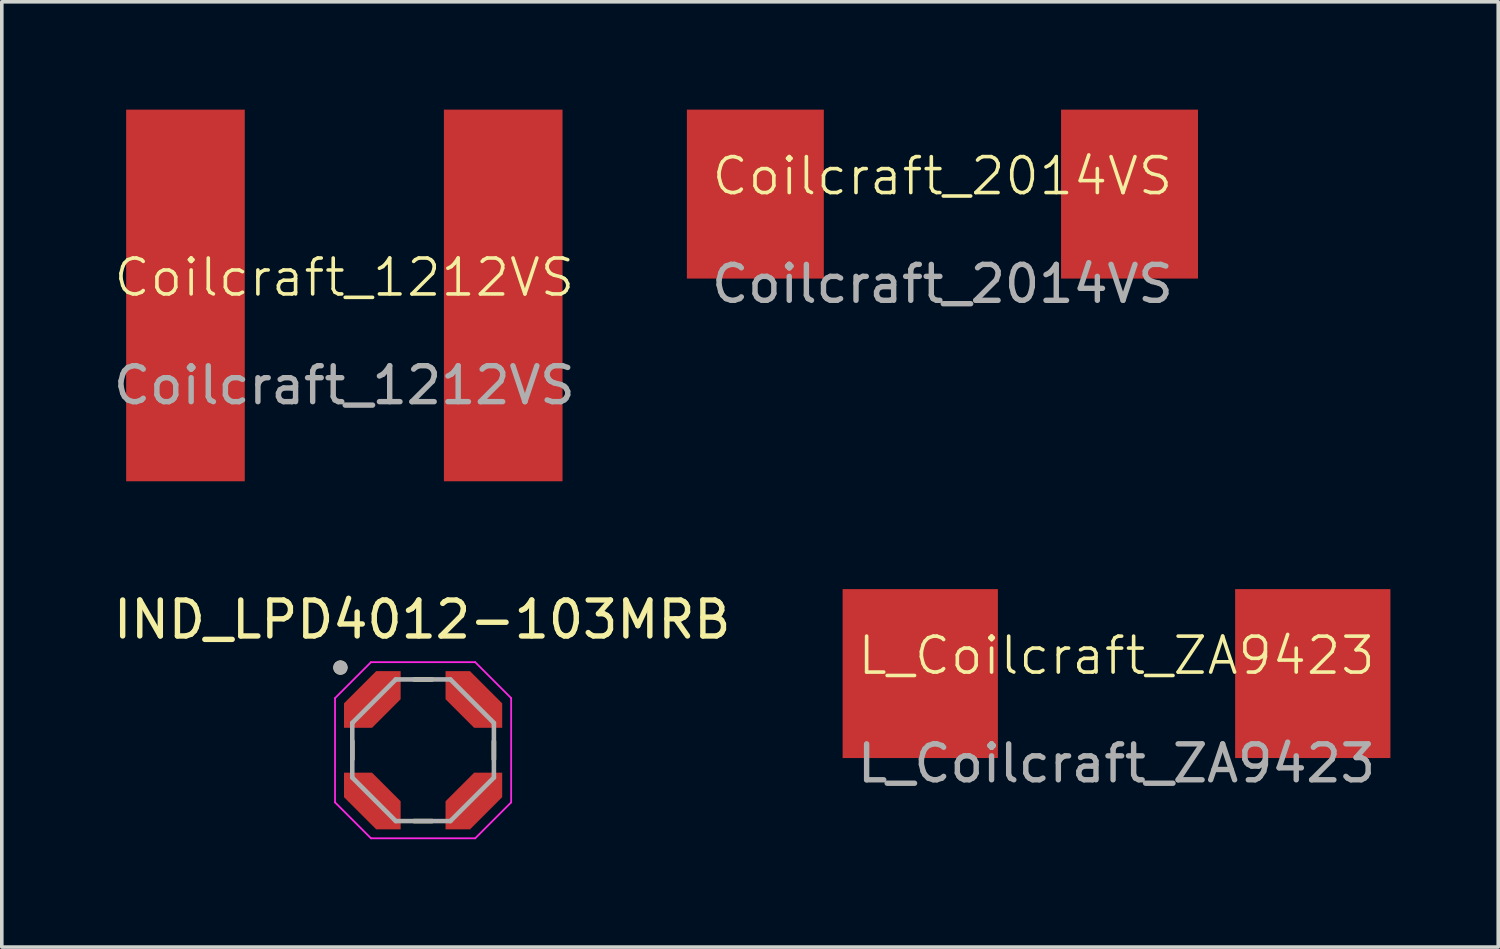
<source format=kicad_pcb>
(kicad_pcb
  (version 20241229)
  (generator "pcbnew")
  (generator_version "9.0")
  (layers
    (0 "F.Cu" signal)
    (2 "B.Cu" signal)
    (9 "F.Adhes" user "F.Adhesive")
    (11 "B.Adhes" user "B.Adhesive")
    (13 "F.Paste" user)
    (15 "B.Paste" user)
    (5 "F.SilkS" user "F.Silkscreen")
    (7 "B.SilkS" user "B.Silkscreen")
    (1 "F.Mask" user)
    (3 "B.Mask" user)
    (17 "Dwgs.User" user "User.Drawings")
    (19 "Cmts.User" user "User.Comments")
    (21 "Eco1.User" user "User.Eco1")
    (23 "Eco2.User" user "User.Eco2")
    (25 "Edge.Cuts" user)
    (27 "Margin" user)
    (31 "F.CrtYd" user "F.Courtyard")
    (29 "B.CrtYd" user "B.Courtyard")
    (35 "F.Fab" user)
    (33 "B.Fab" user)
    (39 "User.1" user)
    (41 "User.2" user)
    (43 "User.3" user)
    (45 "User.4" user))
  (footprint "IND_LPD4012-103MRB"
    (layer "F.Cu")
    (at 8.721 17.823)
    (property "Reference" "IND_LPD4012-103MRB" (at -0.025 -3.635 0) (layer "F.SilkS") (effects (font (size 1 1) (thickness 0.15))))
    (attr through_hole)
    (fp_poly (pts (xy -2.3 1.405) (xy -2.3 0.525) (xy -1.32 0.525) (xy -0.525 1.32) (xy -0.525 2.3) (xy -1.405 2.3) (xy -1.4 2.3)) (stroke (width 0.001) (type solid)) (fill yes) (layer "F.Mask"))
    (fp_poly (pts (xy -1.405 -2.3) (xy -0.525 -2.3) (xy -0.525 -1.32) (xy -1.32 -0.525) (xy -2.3 -0.525) (xy -2.3 -1.405) (xy -2.3 -1.4)) (stroke (width 0.001) (type solid)) (fill yes) (layer "F.Mask"))
    (fp_poly (pts (xy 1.405 2.3) (xy 0.525 2.3) (xy 0.525 1.32) (xy 1.32 0.525) (xy 2.3 0.525) (xy 2.3 1.405) (xy 2.3 1.4)) (stroke (width 0.001) (type solid)) (fill yes) (layer "F.Mask"))
    (fp_poly (pts (xy 2.3 -1.405) (xy 2.3 -0.525) (xy 1.32 -0.525) (xy 0.525 -1.32) (xy 0.525 -2.3) (xy 1.405 -2.3) (xy 1.4 -2.3)) (stroke (width 0.001) (type solid)) (fill yes) (layer "F.Mask"))
    (fp_line (start -1.97 -0.25) (end -1.97 0.25) (stroke (width 0.127) (type solid)) (layer "F.SilkS"))
    (fp_line (start -0.25 -1.97) (end 0.25 -1.97) (stroke (width 0.127) (type solid)) (layer "F.SilkS"))
    (fp_line (start -0.25 1.97) (end 0.25 1.97) (stroke (width 0.127) (type solid)) (layer "F.SilkS"))
    (fp_line (start 1.97 -0.25) (end 1.97 0.25) (stroke (width 0.127) (type solid)) (layer "F.SilkS"))
    (fp_circle (center -2.3 -2.3) (end -2.2 -2.3) (stroke (width 0.2) (type solid)) (fill no) (layer "F.SilkS"))
    (fp_poly (pts (xy -2.2 1.305) (xy -2.2 0.625) (xy -1.42 0.625) (xy -0.625 1.42) (xy -0.625 2.2) (xy -1.305 2.2)) (stroke (width 0.001) (type solid)) (fill yes) (layer "F.Paste"))
    (fp_poly (pts (xy -1.305 -2.2) (xy -0.625 -2.2) (xy -0.625 -1.42) (xy -1.42 -0.625) (xy -2.2 -0.625) (xy -2.2 -1.305)) (stroke (width 0.001) (type solid)) (fill yes) (layer "F.Paste"))
    (fp_poly (pts (xy 1.305 2.2) (xy 0.625 2.2) (xy 0.625 1.42) (xy 1.42 0.625) (xy 2.2 0.625) (xy 2.2 1.305)) (stroke (width 0.001) (type solid)) (fill yes) (layer "F.Paste"))
    (fp_poly (pts (xy 2.2 -1.305) (xy 2.2 -0.625) (xy 1.42 -0.625) (xy 0.625 -1.42) (xy 0.625 -2.2) (xy 1.305 -2.2)) (stroke (width 0.001) (type solid)) (fill yes) (layer "F.Paste"))
    (fp_line (start -2.45 -1.45) (end -1.45 -2.45) (stroke (width 0.05) (type solid)) (layer "F.CrtYd"))
    (fp_line (start -2.45 1.45) (end -2.45 -1.45) (stroke (width 0.05) (type solid)) (layer "F.CrtYd"))
    (fp_line (start -1.45 -2.45) (end 1.45 -2.45) (stroke (width 0.05) (type solid)) (layer "F.CrtYd"))
    (fp_line (start -1.45 2.45) (end -2.45 1.45) (stroke (width 0.05) (type solid)) (layer "F.CrtYd"))
    (fp_line (start 1.45 -2.45) (end 2.45 -1.45) (stroke (width 0.05) (type solid)) (layer "F.CrtYd"))
    (fp_line (start 1.45 2.45) (end -1.45 2.45) (stroke (width 0.05) (type solid)) (layer "F.CrtYd"))
    (fp_line (start 2.45 -1.45) (end 2.45 1.45) (stroke (width 0.05) (type solid)) (layer "F.CrtYd"))
    (fp_line (start 2.45 1.45) (end 1.45 2.45) (stroke (width 0.05) (type solid)) (layer "F.CrtYd"))
    (fp_line (start -1.97 -0.76) (end -0.76 -1.97) (stroke (width 0.127) (type solid)) (layer "F.Fab"))
    (fp_line (start -1.97 0.76) (end -1.97 -0.76) (stroke (width 0.127) (type solid)) (layer "F.Fab"))
    (fp_line (start -0.76 -1.97) (end 0.76 -1.97) (stroke (width 0.127) (type solid)) (layer "F.Fab"))
    (fp_line (start -0.76 1.97) (end -1.97 0.76) (stroke (width 0.127) (type solid)) (layer "F.Fab"))
    (fp_line (start 0.76 -1.97) (end 1.97 -0.76) (stroke (width 0.127) (type solid)) (layer "F.Fab"))
    (fp_line (start 0.76 1.97) (end -0.76 1.97) (stroke (width 0.127) (type solid)) (layer "F.Fab"))
    (fp_line (start 1.97 -0.76) (end 1.97 0.76) (stroke (width 0.127) (type solid)) (layer "F.Fab"))
    (fp_line (start 1.97 0.76) (end 0.76 1.97) (stroke (width 0.127) (type solid)) (layer "F.Fab"))
    (fp_circle (center -2.3 -2.3) (end -2.2 -2.3) (stroke (width 0.2) (type solid)) (fill no) (layer "F.Fab"))
    (pad "1" smd custom (at -1.4 -1.4) (size 0.5 0.5) (layers "F.Cu") (options (anchor rect)) (primitives (gr_poly (pts (xy -0.8 0.775) (xy -0.02 0.775) (xy 0.775 -0.02) (xy 0.775 -0.8) (xy 0.095 -0.8) (xy -0.8 0.095)) (width 0.001) (fill yes))))
    (pad "2" smd custom (at -1.4 1.4) (size 0.5 0.5) (layers "F.Cu") (options (anchor rect)) (primitives (gr_poly (pts (xy -0.8 -0.775) (xy -0.02 -0.775) (xy 0.775 0.02) (xy 0.775 0.8) (xy 0.095 0.8) (xy -0.8 -0.095)) (width 0.001) (fill yes))))
    (pad "3" smd custom (at 1.4 1.4) (size 0.5 0.5) (layers "F.Cu") (options (anchor rect)) (primitives (gr_poly (pts (xy -0.775 0.8) (xy -0.775 0.02) (xy 0.02 -0.775) (xy 0.8 -0.775) (xy 0.8 -0.095) (xy -0.095 0.8)) (width 0.001) (fill yes))))
    (pad "4" smd custom (at 1.4 -1.4) (size 0.5 0.5) (layers "F.Cu") (options (anchor rect)) (primitives (gr_poly (pts (xy -0.775 -0.8) (xy -0.775 -0.02) (xy 0.02 0.775) (xy 0.8 0.775) (xy 0.8 0.095) (xy -0.095 -0.8)) (width 0.001) (fill yes)))))
  (footprint "Coilcraft_1212VS"
    (layer "F.Cu")
    (at 6.53 5.17)
    (property "Reference" "Coilcraft_1212VS" (at 0 -0.5 0) (unlocked yes) (layer "F.SilkS") (effects (font (size 1 1) (thickness 0.1))))
    (attr smd)
    (fp_text user "${REFERENCE}" (at 0 2.5 0) (unlocked yes) (layer "F.Fab") (effects (font (size 1 1) (thickness 0.15))))
    (pad "1" smd rect (at -4.42 0) (size 3.3 10.34) (layers "F.Cu" "F.Mask" "F.Paste"))
    (pad "2" smd rect (at 4.42 0) (size 3.3 10.34) (layers "F.Cu" "F.Mask" "F.Paste")))
  (footprint "Coilcraft_2014VS"
    (layer "F.Cu")
    (at 23.17 2.35)
    (property "Reference" "Coilcraft_2014VS" (at 0 -0.5 0) (unlocked yes) (layer "F.SilkS") (effects (font (size 1 1) (thickness 0.1))))
    (attr smd)
    (fp_text user "${REFERENCE}" (at 0 2.5 0) (unlocked yes) (layer "F.Fab") (effects (font (size 1 1) (thickness 0.15))))
    (pad "1" smd rect (at -5.205 0) (size 3.81 4.7) (layers "F.Cu" "F.Mask" "F.Paste"))
    (pad "2" smd rect (at 5.205 0) (size 3.81 4.7) (layers "F.Cu" "F.Mask" "F.Paste")))
  (footprint "L_Coilcraft_ZA9423"
    (layer "F.Cu")
    (at 28.013 15.69)
    (property "Reference" "L_Coilcraft_ZA9423" (at 0 -0.5 0) (unlocked yes) (layer "F.SilkS") (effects (font (size 1 1) (thickness 0.1))))
    (attr smd)
    (fp_text user "${REFERENCE}" (at 0 2.5 0) (unlocked yes) (layer "F.Fab") (effects (font (size 1 1) (thickness 0.15))))
    (pad "1" smd rect (at -5.46 0) (size 4.32 4.7) (layers "F.Cu" "F.Mask" "F.Paste"))
    (pad "2" smd rect (at 5.46 0) (size 4.32 4.7) (layers "F.Cu" "F.Mask" "F.Paste")))
  (gr_rect
    (start -3 -3)
    (end 38.633 23.298)
    (stroke (width 0.1) (type default))
    (fill no)
    (layer "Edge.Cuts")))
</source>
